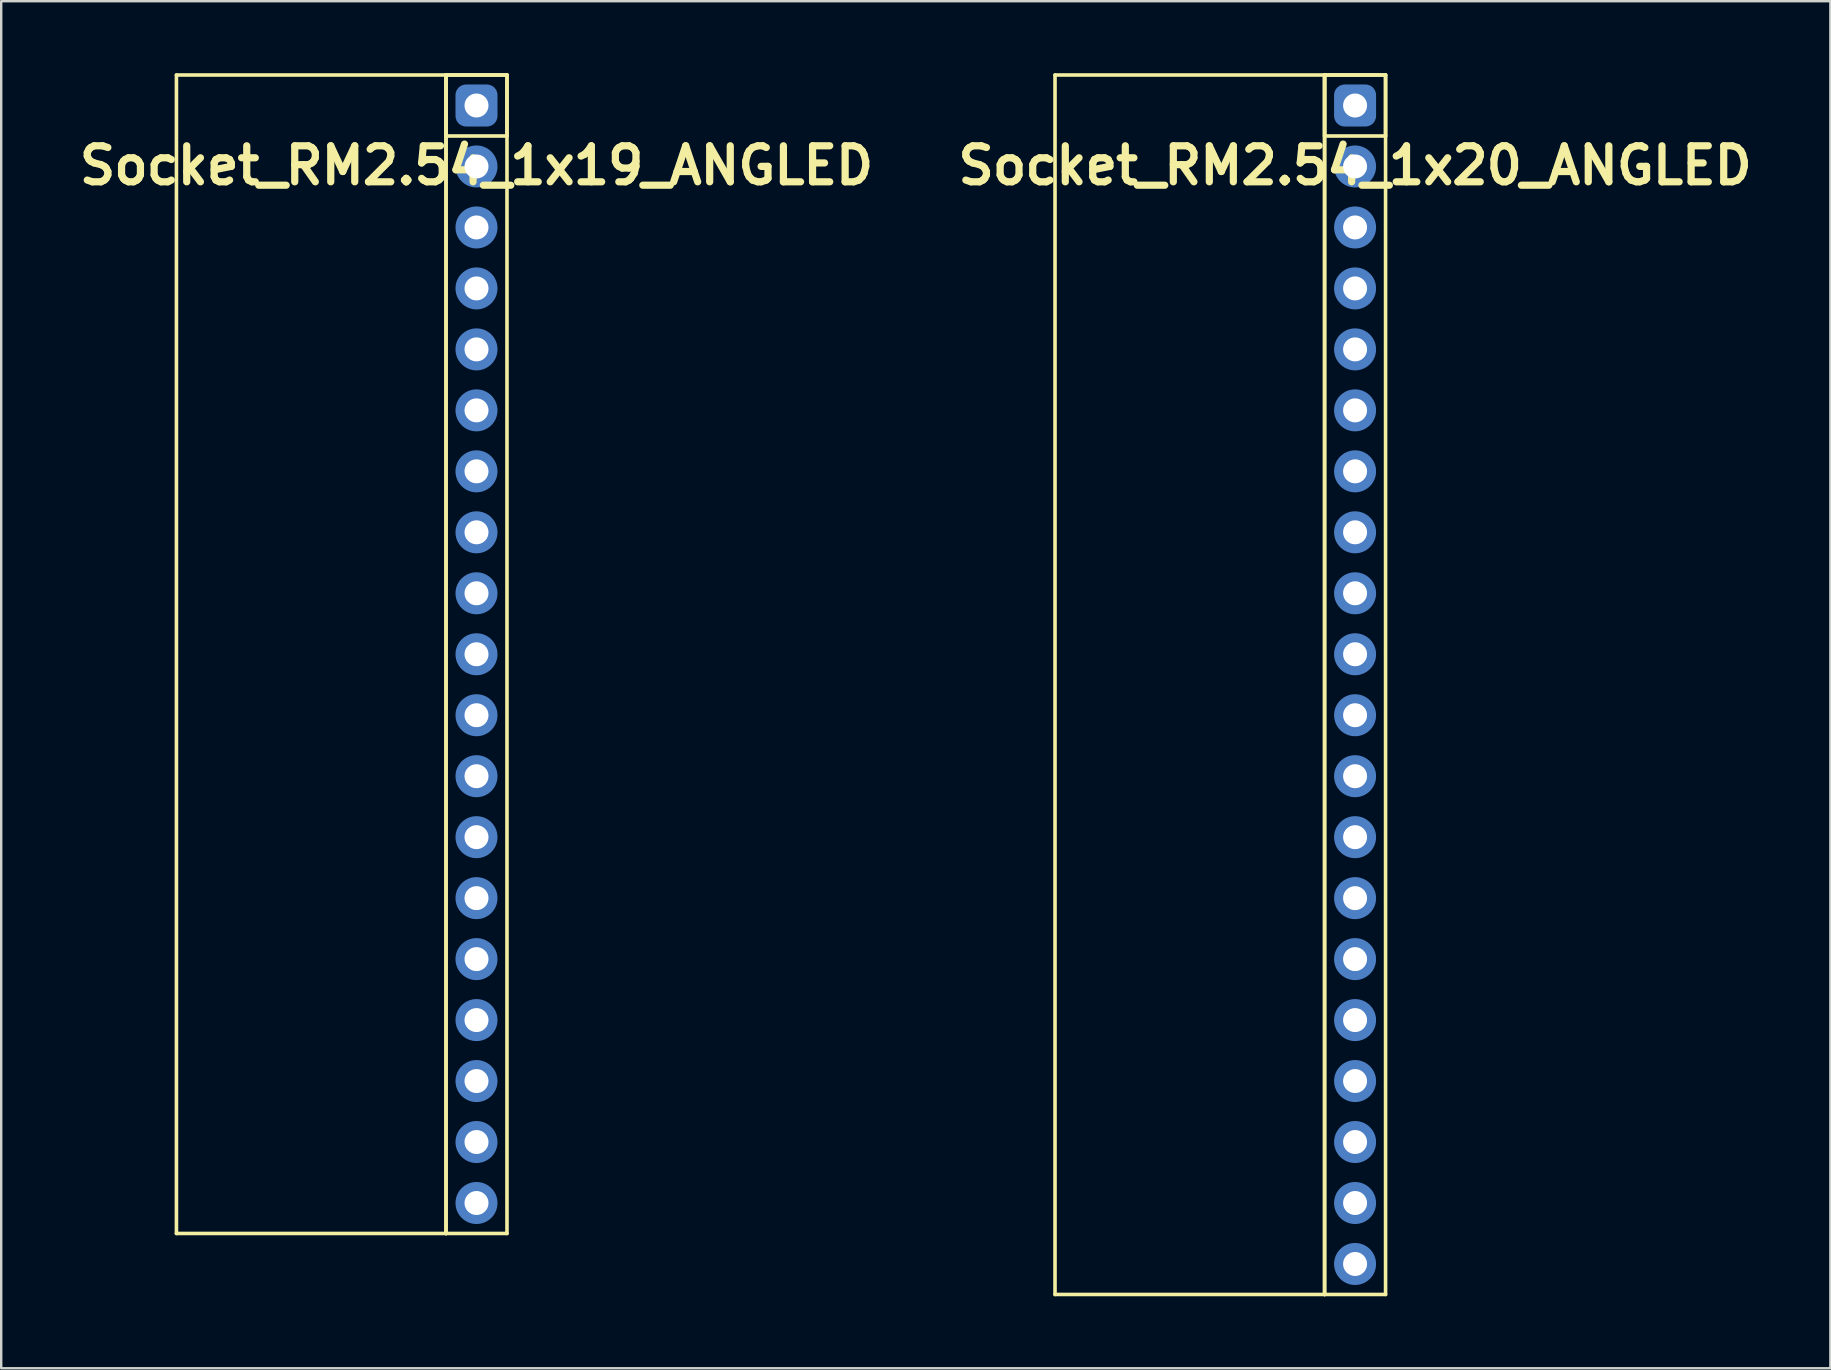
<source format=kicad_pcb>
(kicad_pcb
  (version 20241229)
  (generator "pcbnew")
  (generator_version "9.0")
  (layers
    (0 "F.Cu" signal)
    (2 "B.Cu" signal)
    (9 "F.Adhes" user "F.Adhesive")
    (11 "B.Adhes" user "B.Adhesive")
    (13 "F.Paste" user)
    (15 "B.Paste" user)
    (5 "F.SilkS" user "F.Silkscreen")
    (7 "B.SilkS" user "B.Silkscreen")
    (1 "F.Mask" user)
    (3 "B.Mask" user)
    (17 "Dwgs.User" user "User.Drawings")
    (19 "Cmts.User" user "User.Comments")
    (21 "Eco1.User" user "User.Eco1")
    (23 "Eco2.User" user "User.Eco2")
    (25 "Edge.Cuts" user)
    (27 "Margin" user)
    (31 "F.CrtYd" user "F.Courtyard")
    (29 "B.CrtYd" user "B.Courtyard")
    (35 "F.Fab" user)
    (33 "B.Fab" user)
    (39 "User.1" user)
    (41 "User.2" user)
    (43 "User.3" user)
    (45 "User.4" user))
  (footprint "Socket_RM2.54_1x20_ANGLED"
    (layer "F.Cu")
    (at 53.4 1.345)
    (property "Reference" "Socket_RM2.54_1x20_ANGLED" (at 0 2.5 0) (layer "F.SilkS") (effects (font (size 1.5 1.5) (thickness 0.3))))
    (attr through_hole)
    (fp_line (start -12.5 -1.27) (end -1.27 -1.27) (stroke (width 0.15) (type solid)) (layer "F.SilkS"))
    (fp_line (start -12.5 49.53) (end -12.5 -1.27) (stroke (width 0.15) (type solid)) (layer "F.SilkS"))
    (fp_line (start -1.27 -1.27) (end -1.27 49.53) (stroke (width 0.15) (type solid)) (layer "F.SilkS"))
    (fp_line (start -1.27 -1.27) (end 1.27 -1.27) (stroke (width 0.15) (type solid)) (layer "F.SilkS"))
    (fp_line (start -1.27 -1.27) (end 1.27 -1.27) (stroke (width 0.15) (type solid)) (layer "F.SilkS"))
    (fp_line (start -1.27 1.27) (end -1.27 -1.27) (stroke (width 0.15) (type solid)) (layer "F.SilkS"))
    (fp_line (start -1.27 49.53) (end -12.5 49.53) (stroke (width 0.15) (type solid)) (layer "F.SilkS"))
    (fp_line (start -1.27 49.53) (end -1.27 -1.27) (stroke (width 0.15) (type solid)) (layer "F.SilkS"))
    (fp_line (start 1.27 -1.27) (end 1.27 1.27) (stroke (width 0.15) (type solid)) (layer "F.SilkS"))
    (fp_line (start 1.27 -1.27) (end 1.27 49.53) (stroke (width 0.15) (type solid)) (layer "F.SilkS"))
    (fp_line (start 1.27 1.27) (end -1.27 1.27) (stroke (width 0.15) (type solid)) (layer "F.SilkS"))
    (fp_line (start 1.27 49.53) (end -1.27 49.53) (stroke (width 0.15) (type solid)) (layer "F.SilkS"))
    (pad "1" thru_hole circle (at 0 0) (size 1.3 1.3) (drill 1) (layers "*.Cu" "*.Mask"))
    (pad "1" smd roundrect (at 0 0) (size 1.5 1.5) (layers "F.Cu" "F.Mask") (roundrect_rratio 0.25))
    (pad "1" smd roundrect (at 0 0) (size 1.75 1.75) (layers "B.Cu" "B.Mask") (roundrect_rratio 0.25))
    (pad "2" thru_hole circle (at 0 2.54) (size 1.3 1.3) (drill 1) (layers "*.Cu" "*.Mask"))
    (pad "2" smd circle (at 0 2.54) (size 1.5 1.5) (layers "F.Cu" "F.Mask"))
    (pad "2" smd circle (at 0 2.54) (size 1.75 1.75) (layers "B.Cu" "B.Mask"))
    (pad "3" thru_hole circle (at 0 5.08) (size 1.3 1.3) (drill 1) (layers "*.Cu" "*.Mask"))
    (pad "3" smd circle (at 0 5.08) (size 1.5 1.5) (layers "F.Cu" "F.Mask"))
    (pad "3" smd circle (at 0 5.08) (size 1.75 1.75) (layers "B.Cu" "B.Mask"))
    (pad "4" thru_hole circle (at 0 7.62) (size 1.3 1.3) (drill 1) (layers "*.Cu" "*.Mask"))
    (pad "4" smd circle (at 0 7.62) (size 1.5 1.5) (layers "F.Cu" "F.Mask"))
    (pad "4" smd circle (at 0 7.62) (size 1.75 1.75) (layers "B.Cu" "B.Mask"))
    (pad "5" thru_hole circle (at 0 10.16) (size 1.3 1.3) (drill 1) (layers "*.Cu" "*.Mask"))
    (pad "5" smd circle (at 0 10.16) (size 1.5 1.5) (layers "F.Cu" "F.Mask"))
    (pad "5" smd circle (at 0 10.16) (size 1.75 1.75) (layers "B.Cu" "B.Mask"))
    (pad "6" thru_hole circle (at 0 12.7) (size 1.3 1.3) (drill 1) (layers "*.Cu" "*.Mask"))
    (pad "6" smd circle (at 0 12.7) (size 1.5 1.5) (layers "F.Cu" "F.Mask"))
    (pad "6" smd circle (at 0 12.7) (size 1.75 1.75) (layers "B.Cu" "B.Mask"))
    (pad "7" thru_hole circle (at 0 15.24) (size 1.3 1.3) (drill 1) (layers "*.Cu" "*.Mask"))
    (pad "7" smd circle (at 0 15.24) (size 1.5 1.5) (layers "F.Cu" "F.Mask"))
    (pad "7" smd circle (at 0 15.24) (size 1.75 1.75) (layers "B.Cu" "B.Mask"))
    (pad "8" thru_hole circle (at 0 17.78) (size 1.3 1.3) (drill 1) (layers "*.Cu" "*.Mask"))
    (pad "8" smd circle (at 0 17.78) (size 1.5 1.5) (layers "F.Cu" "F.Mask"))
    (pad "8" smd circle (at 0 17.78) (size 1.75 1.75) (layers "B.Cu" "B.Mask"))
    (pad "9" thru_hole circle (at 0 20.32) (size 1.3 1.3) (drill 1) (layers "*.Cu" "*.Mask"))
    (pad "9" smd circle (at 0 20.32) (size 1.5 1.5) (layers "F.Cu" "F.Mask"))
    (pad "9" smd circle (at 0 20.32) (size 1.75 1.75) (layers "B.Cu" "B.Mask"))
    (pad "10" thru_hole circle (at 0 22.86) (size 1.3 1.3) (drill 1) (layers "*.Cu" "*.Mask"))
    (pad "10" smd circle (at 0 22.86) (size 1.5 1.5) (layers "F.Cu" "F.Mask"))
    (pad "10" smd circle (at 0 22.86) (size 1.75 1.75) (layers "B.Cu" "B.Mask"))
    (pad "11" thru_hole circle (at 0 25.4) (size 1.3 1.3) (drill 1) (layers "*.Cu" "*.Mask"))
    (pad "11" smd circle (at 0 25.4) (size 1.5 1.5) (layers "F.Cu" "F.Mask"))
    (pad "11" smd circle (at 0 25.4) (size 1.75 1.75) (layers "B.Cu" "B.Mask"))
    (pad "12" thru_hole circle (at 0 27.94) (size 1.3 1.3) (drill 1) (layers "*.Cu" "*.Mask"))
    (pad "12" smd circle (at 0 27.94) (size 1.5 1.5) (layers "F.Cu" "F.Mask"))
    (pad "12" smd circle (at 0 27.94) (size 1.75 1.75) (layers "B.Cu" "B.Mask"))
    (pad "13" thru_hole circle (at 0 30.48) (size 1.3 1.3) (drill 1) (layers "*.Cu" "*.Mask"))
    (pad "13" smd circle (at 0 30.48) (size 1.5 1.5) (layers "F.Cu" "F.Mask"))
    (pad "13" smd circle (at 0 30.48) (size 1.75 1.75) (layers "B.Cu" "B.Mask"))
    (pad "14" thru_hole circle (at 0 33.02) (size 1.3 1.3) (drill 1) (layers "*.Cu" "*.Mask"))
    (pad "14" smd circle (at 0 33.02) (size 1.5 1.5) (layers "F.Cu" "F.Mask"))
    (pad "14" smd circle (at 0 33.02) (size 1.75 1.75) (layers "B.Cu" "B.Mask"))
    (pad "15" thru_hole circle (at 0 35.56) (size 1.3 1.3) (drill 1) (layers "*.Cu" "*.Mask"))
    (pad "15" smd circle (at 0 35.56) (size 1.5 1.5) (layers "F.Cu" "F.Mask"))
    (pad "15" smd circle (at 0 35.56) (size 1.75 1.75) (layers "B.Cu" "B.Mask"))
    (pad "16" thru_hole circle (at 0 38.1) (size 1.3 1.3) (drill 1) (layers "*.Cu" "*.Mask"))
    (pad "16" smd circle (at 0 38.1) (size 1.5 1.5) (layers "F.Cu" "F.Mask"))
    (pad "16" smd circle (at 0 38.1) (size 1.75 1.75) (layers "B.Cu" "B.Mask"))
    (pad "17" thru_hole circle (at 0 40.64) (size 1.3 1.3) (drill 1) (layers "*.Cu" "*.Mask"))
    (pad "17" smd circle (at 0 40.64) (size 1.5 1.5) (layers "F.Cu" "F.Mask"))
    (pad "17" smd circle (at 0 40.64) (size 1.75 1.75) (layers "B.Cu" "B.Mask"))
    (pad "18" thru_hole circle (at 0 43.18) (size 1.3 1.3) (drill 1) (layers "*.Cu" "*.Mask"))
    (pad "18" smd circle (at 0 43.18) (size 1.5 1.5) (layers "F.Cu" "F.Mask"))
    (pad "18" smd circle (at 0 43.18) (size 1.75 1.75) (layers "B.Cu" "B.Mask"))
    (pad "19" thru_hole circle (at 0 45.72) (size 1.3 1.3) (drill 1) (layers "*.Cu" "*.Mask"))
    (pad "19" smd circle (at 0 45.72) (size 1.5 1.5) (layers "F.Cu" "F.Mask"))
    (pad "19" smd circle (at 0 45.72) (size 1.75 1.75) (layers "B.Cu" "B.Mask"))
    (pad "20" thru_hole circle (at 0 48.26) (size 1.3 1.3) (drill 1) (layers "*.Cu" "*.Mask"))
    (pad "20" smd circle (at 0 48.26) (size 1.5 1.5) (layers "F.Cu" "F.Mask"))
    (pad "20" smd circle (at 0 48.26) (size 1.75 1.75) (layers "B.Cu" "B.Mask")))
  (footprint "Socket_RM2.54_1x19_ANGLED"
    (layer "F.Cu")
    (at 16.8 1.345)
    (property "Reference" "Socket_RM2.54_1x19_ANGLED" (at 0 2.5 0) (layer "F.SilkS") (effects (font (size 1.5 1.5) (thickness 0.3))))
    (attr through_hole)
    (fp_line (start -12.5 -1.27) (end -1.27 -1.27) (stroke (width 0.15) (type solid)) (layer "F.SilkS"))
    (fp_line (start -12.5 46.99) (end -12.5 -1.27) (stroke (width 0.15) (type solid)) (layer "F.SilkS"))
    (fp_line (start -1.27 -1.27) (end -1.27 46.99) (stroke (width 0.15) (type solid)) (layer "F.SilkS"))
    (fp_line (start -1.27 -1.27) (end 1.27 -1.27) (stroke (width 0.15) (type solid)) (layer "F.SilkS"))
    (fp_line (start -1.27 -1.27) (end 1.27 -1.27) (stroke (width 0.15) (type solid)) (layer "F.SilkS"))
    (fp_line (start -1.27 1.27) (end -1.27 -1.27) (stroke (width 0.15) (type solid)) (layer "F.SilkS"))
    (fp_line (start -1.27 46.99) (end -12.5 46.99) (stroke (width 0.15) (type solid)) (layer "F.SilkS"))
    (fp_line (start -1.27 46.99) (end -1.27 -1.27) (stroke (width 0.15) (type solid)) (layer "F.SilkS"))
    (fp_line (start 1.27 -1.27) (end 1.27 1.27) (stroke (width 0.15) (type solid)) (layer "F.SilkS"))
    (fp_line (start 1.27 -1.27) (end 1.27 46.99) (stroke (width 0.15) (type solid)) (layer "F.SilkS"))
    (fp_line (start 1.27 1.27) (end -1.27 1.27) (stroke (width 0.15) (type solid)) (layer "F.SilkS"))
    (fp_line (start 1.27 46.99) (end -1.27 46.99) (stroke (width 0.15) (type solid)) (layer "F.SilkS"))
    (pad "1" thru_hole circle (at 0 0) (size 1.3 1.3) (drill 1) (layers "*.Cu" "*.Mask"))
    (pad "1" smd roundrect (at 0 0) (size 1.5 1.5) (layers "F.Cu" "F.Mask") (roundrect_rratio 0.25))
    (pad "1" smd roundrect (at 0 0) (size 1.75 1.75) (layers "B.Cu" "B.Mask") (roundrect_rratio 0.25))
    (pad "2" thru_hole circle (at 0 2.54) (size 1.3 1.3) (drill 1) (layers "*.Cu" "*.Mask"))
    (pad "2" smd circle (at 0 2.54) (size 1.5 1.5) (layers "F.Cu" "F.Mask"))
    (pad "2" smd circle (at 0 2.54) (size 1.75 1.75) (layers "B.Cu" "B.Mask"))
    (pad "3" thru_hole circle (at 0 5.08) (size 1.3 1.3) (drill 1) (layers "*.Cu" "*.Mask"))
    (pad "3" smd circle (at 0 5.08) (size 1.5 1.5) (layers "F.Cu" "F.Mask"))
    (pad "3" smd circle (at 0 5.08) (size 1.75 1.75) (layers "B.Cu" "B.Mask"))
    (pad "4" thru_hole circle (at 0 7.62) (size 1.3 1.3) (drill 1) (layers "*.Cu" "*.Mask"))
    (pad "4" smd circle (at 0 7.62) (size 1.5 1.5) (layers "F.Cu" "F.Mask"))
    (pad "4" smd circle (at 0 7.62) (size 1.75 1.75) (layers "B.Cu" "B.Mask"))
    (pad "5" thru_hole circle (at 0 10.16) (size 1.3 1.3) (drill 1) (layers "*.Cu" "*.Mask"))
    (pad "5" smd circle (at 0 10.16) (size 1.5 1.5) (layers "F.Cu" "F.Mask"))
    (pad "5" smd circle (at 0 10.16) (size 1.75 1.75) (layers "B.Cu" "B.Mask"))
    (pad "6" thru_hole circle (at 0 12.7) (size 1.3 1.3) (drill 1) (layers "*.Cu" "*.Mask"))
    (pad "6" smd circle (at 0 12.7) (size 1.5 1.5) (layers "F.Cu" "F.Mask"))
    (pad "6" smd circle (at 0 12.7) (size 1.75 1.75) (layers "B.Cu" "B.Mask"))
    (pad "7" thru_hole circle (at 0 15.24) (size 1.3 1.3) (drill 1) (layers "*.Cu" "*.Mask"))
    (pad "7" smd circle (at 0 15.24) (size 1.5 1.5) (layers "F.Cu" "F.Mask"))
    (pad "7" smd circle (at 0 15.24) (size 1.75 1.75) (layers "B.Cu" "B.Mask"))
    (pad "8" thru_hole circle (at 0 17.78) (size 1.3 1.3) (drill 1) (layers "*.Cu" "*.Mask"))
    (pad "8" smd circle (at 0 17.78) (size 1.5 1.5) (layers "F.Cu" "F.Mask"))
    (pad "8" smd circle (at 0 17.78) (size 1.75 1.75) (layers "B.Cu" "B.Mask"))
    (pad "9" thru_hole circle (at 0 20.32) (size 1.3 1.3) (drill 1) (layers "*.Cu" "*.Mask"))
    (pad "9" smd circle (at 0 20.32) (size 1.5 1.5) (layers "F.Cu" "F.Mask"))
    (pad "9" smd circle (at 0 20.32) (size 1.75 1.75) (layers "B.Cu" "B.Mask"))
    (pad "10" thru_hole circle (at 0 22.86) (size 1.3 1.3) (drill 1) (layers "*.Cu" "*.Mask"))
    (pad "10" smd circle (at 0 22.86) (size 1.5 1.5) (layers "F.Cu" "F.Mask"))
    (pad "10" smd circle (at 0 22.86) (size 1.75 1.75) (layers "B.Cu" "B.Mask"))
    (pad "11" thru_hole circle (at 0 25.4) (size 1.3 1.3) (drill 1) (layers "*.Cu" "*.Mask"))
    (pad "11" smd circle (at 0 25.4) (size 1.5 1.5) (layers "F.Cu" "F.Mask"))
    (pad "11" smd circle (at 0 25.4) (size 1.75 1.75) (layers "B.Cu" "B.Mask"))
    (pad "12" thru_hole circle (at 0 27.94) (size 1.3 1.3) (drill 1) (layers "*.Cu" "*.Mask"))
    (pad "12" smd circle (at 0 27.94) (size 1.5 1.5) (layers "F.Cu" "F.Mask"))
    (pad "12" smd circle (at 0 27.94) (size 1.75 1.75) (layers "B.Cu" "B.Mask"))
    (pad "13" thru_hole circle (at 0 30.48) (size 1.3 1.3) (drill 1) (layers "*.Cu" "*.Mask"))
    (pad "13" smd circle (at 0 30.48) (size 1.5 1.5) (layers "F.Cu" "F.Mask"))
    (pad "13" smd circle (at 0 30.48) (size 1.75 1.75) (layers "B.Cu" "B.Mask"))
    (pad "14" thru_hole circle (at 0 33.02) (size 1.3 1.3) (drill 1) (layers "*.Cu" "*.Mask"))
    (pad "14" smd circle (at 0 33.02) (size 1.5 1.5) (layers "F.Cu" "F.Mask"))
    (pad "14" smd circle (at 0 33.02) (size 1.75 1.75) (layers "B.Cu" "B.Mask"))
    (pad "15" thru_hole circle (at 0 35.56) (size 1.3 1.3) (drill 1) (layers "*.Cu" "*.Mask"))
    (pad "15" smd circle (at 0 35.56) (size 1.5 1.5) (layers "F.Cu" "F.Mask"))
    (pad "15" smd circle (at 0 35.56) (size 1.75 1.75) (layers "B.Cu" "B.Mask"))
    (pad "16" thru_hole circle (at 0 38.1) (size 1.3 1.3) (drill 1) (layers "*.Cu" "*.Mask"))
    (pad "16" smd circle (at 0 38.1) (size 1.5 1.5) (layers "F.Cu" "F.Mask"))
    (pad "16" smd circle (at 0 38.1) (size 1.75 1.75) (layers "B.Cu" "B.Mask"))
    (pad "17" thru_hole circle (at 0 40.64) (size 1.3 1.3) (drill 1) (layers "*.Cu" "*.Mask"))
    (pad "17" smd circle (at 0 40.64) (size 1.5 1.5) (layers "F.Cu" "F.Mask"))
    (pad "17" smd circle (at 0 40.64) (size 1.75 1.75) (layers "B.Cu" "B.Mask"))
    (pad "18" thru_hole circle (at 0 43.18) (size 1.3 1.3) (drill 1) (layers "*.Cu" "*.Mask"))
    (pad "18" smd circle (at 0 43.18) (size 1.5 1.5) (layers "F.Cu" "F.Mask"))
    (pad "18" smd circle (at 0 43.18) (size 1.75 1.75) (layers "B.Cu" "B.Mask"))
    (pad "19" thru_hole circle (at 0 45.72) (size 1.3 1.3) (drill 1) (layers "*.Cu" "*.Mask"))
    (pad "19" smd circle (at 0 45.72) (size 1.5 1.5) (layers "F.Cu" "F.Mask"))
    (pad "19" smd circle (at 0 45.72) (size 1.75 1.75) (layers "B.Cu" "B.Mask")))
  (gr_rect
    (start -3 -3)
    (end 73.2 53.95)
    (stroke (width 0.1) (type default))
    (fill no)
    (layer "Edge.Cuts")))
</source>
